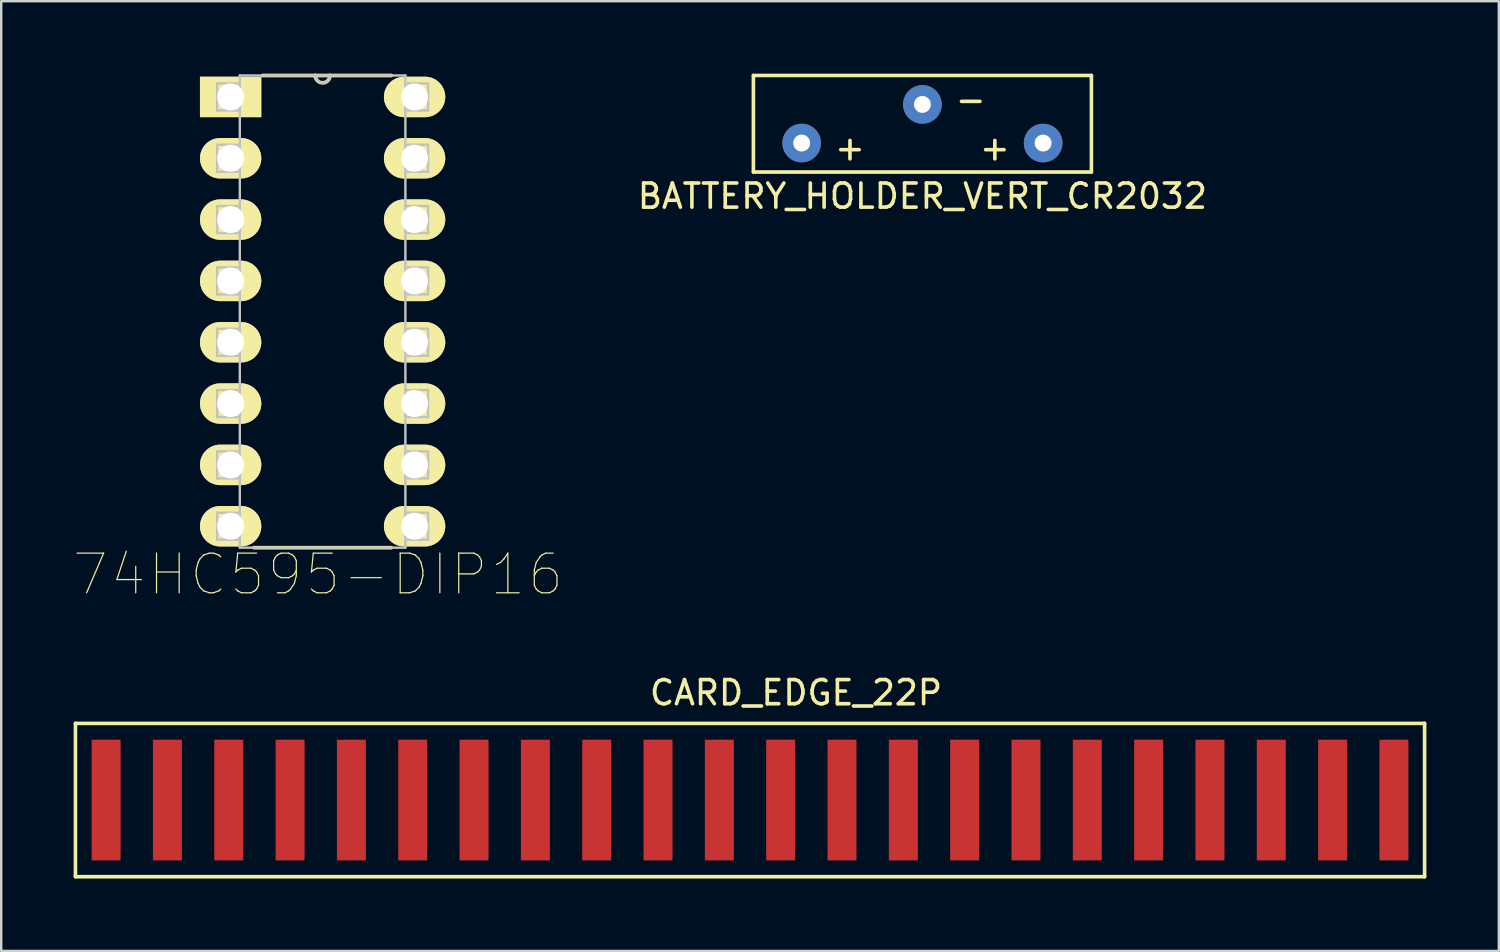
<source format=kicad_pcb>
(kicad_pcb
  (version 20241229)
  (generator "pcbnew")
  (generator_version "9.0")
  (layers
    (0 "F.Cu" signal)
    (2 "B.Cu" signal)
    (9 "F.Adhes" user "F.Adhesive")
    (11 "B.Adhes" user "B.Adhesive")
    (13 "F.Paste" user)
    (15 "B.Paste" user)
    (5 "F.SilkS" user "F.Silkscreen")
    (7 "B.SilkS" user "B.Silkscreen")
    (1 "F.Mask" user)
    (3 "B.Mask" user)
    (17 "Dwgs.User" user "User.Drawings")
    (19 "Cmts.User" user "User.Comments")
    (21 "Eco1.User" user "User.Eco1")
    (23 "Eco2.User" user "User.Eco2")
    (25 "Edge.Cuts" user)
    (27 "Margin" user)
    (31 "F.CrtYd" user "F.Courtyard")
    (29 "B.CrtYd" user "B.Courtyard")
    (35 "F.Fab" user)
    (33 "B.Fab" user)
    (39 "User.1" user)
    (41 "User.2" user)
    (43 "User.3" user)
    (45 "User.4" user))
  (footprint "CARD_EDGE_22P"
    (layer "F.Cu")
    (at 26.745 30.087)
    (property "Reference" "CARD_EDGE_22P" (at 3.175 -4.445 0) (layer "F.SilkS") (effects (font (size 1 1) (thickness 0.15))))
    (attr through_hole)
    (fp_line (start -26.67 -3.175) (end -26.67 3.175) (stroke (width 0.15) (type solid)) (layer "F.SilkS"))
    (fp_line (start -26.67 3.175) (end 29.21 3.175) (stroke (width 0.15) (type solid)) (layer "F.SilkS"))
    (fp_line (start 29.21 -3.175) (end -26.67 -3.175) (stroke (width 0.15) (type solid)) (layer "F.SilkS"))
    (fp_line (start 29.21 3.175) (end 29.21 -3.175) (stroke (width 0.15) (type solid)) (layer "F.SilkS"))
    (pad "1" smd rect (at -25.4 0) (size 1.2 5) (layers "F.Cu" "F.Mask" "F.Paste"))
    (pad "2" smd rect (at -22.86 0) (size 1.2 5) (layers "F.Cu" "F.Mask" "F.Paste"))
    (pad "3" smd rect (at -20.32 0) (size 1.2 5) (layers "F.Cu" "F.Mask" "F.Paste"))
    (pad "4" smd rect (at -17.78 0) (size 1.2 5) (layers "F.Cu" "F.Mask" "F.Paste"))
    (pad "5" smd rect (at -15.24 0) (size 1.2 5) (layers "F.Cu" "F.Mask" "F.Paste"))
    (pad "6" smd rect (at -12.7 0) (size 1.2 5) (layers "F.Cu" "F.Mask" "F.Paste"))
    (pad "7" smd rect (at -10.16 0) (size 1.2 5) (layers "F.Cu" "F.Mask" "F.Paste"))
    (pad "8" smd rect (at -7.62 0) (size 1.2 5) (layers "F.Cu" "F.Mask" "F.Paste"))
    (pad "9" smd rect (at -5.08 0) (size 1.2 5) (layers "F.Cu" "F.Mask" "F.Paste"))
    (pad "10" smd rect (at -2.54 0) (size 1.2 5) (layers "F.Cu" "F.Mask" "F.Paste"))
    (pad "11" smd rect (at 0 0) (size 1.2 5) (layers "F.Cu" "F.Mask" "F.Paste"))
    (pad "12" smd rect (at 2.54 0) (size 1.2 5) (layers "F.Cu" "F.Mask" "F.Paste"))
    (pad "13" smd rect (at 5.08 0) (size 1.2 5) (layers "F.Cu" "F.Mask" "F.Paste"))
    (pad "14" smd rect (at 7.62 0) (size 1.2 5) (layers "F.Cu" "F.Mask" "F.Paste"))
    (pad "15" smd rect (at 10.16 0) (size 1.2 5) (layers "F.Cu" "F.Mask" "F.Paste"))
    (pad "16" smd rect (at 12.7 0) (size 1.2 5) (layers "F.Cu" "F.Mask" "F.Paste"))
    (pad "17" smd rect (at 15.24 0) (size 1.2 5) (layers "F.Cu" "F.Mask" "F.Paste"))
    (pad "18" smd rect (at 17.78 0) (size 1.2 5) (layers "F.Cu" "F.Mask" "F.Paste"))
    (pad "19" smd rect (at 20.32 0) (size 1.2 5) (layers "F.Cu" "F.Mask" "F.Paste"))
    (pad "20" smd rect (at 22.86 0) (size 1.2 5) (layers "F.Cu" "F.Mask" "F.Paste"))
    (pad "21" smd rect (at 25.4 0) (size 1.2 5) (layers "F.Cu" "F.Mask" "F.Paste"))
    (pad "22" smd rect (at 27.94 0) (size 1.2 5) (layers "F.Cu" "F.Mask" "F.Paste")))
  (footprint "74HC595-DIP16"
    (layer "F.Cu")
    (at 14.122 18.745)
    (property "Reference" "74HC595-DIP16" (at -4 2 0) (layer "F.SilkS") (effects (font (size 1.643 1.643) (thickness 0.05))))
    (attr through_hole)
    (fp_line (start -6.655 0.889) (end -0.965 0.889) (stroke (width 0.152) (type solid)) (layer "F.SilkS"))
    (fp_line (start -4.115 -18.669) (end -6.299 -18.669) (stroke (width 0.152) (type solid)) (layer "F.SilkS"))
    (fp_line (start -3.505 -18.669) (end -4.115 -18.669) (stroke (width 0.152) (type solid)) (layer "F.SilkS"))
    (fp_line (start -0.965 -18.669) (end -3.505 -18.669) (stroke (width 0.152) (type solid)) (layer "F.SilkS"))
    (fp_arc (start -3.5052 -18.669) (mid -3.81 -18.3642) (end -4.1148 -18.669) (stroke (width 0.1524) (type solid)) (layer "F.SilkS"))
    (fp_line (start -8.179 -18.339) (end -8.179 -17.221) (stroke (width 0.1) (type solid)) (layer "Dwgs.User"))
    (fp_line (start -8.179 -17.221) (end -7.239 -17.221) (stroke (width 0.1) (type solid)) (layer "Dwgs.User"))
    (fp_line (start -8.179 -15.799) (end -8.179 -14.681) (stroke (width 0.1) (type solid)) (layer "Dwgs.User"))
    (fp_line (start -8.179 -14.681) (end -7.239 -14.681) (stroke (width 0.1) (type solid)) (layer "Dwgs.User"))
    (fp_line (start -8.179 -13.259) (end -8.179 -12.141) (stroke (width 0.1) (type solid)) (layer "Dwgs.User"))
    (fp_line (start -8.179 -12.141) (end -7.239 -12.141) (stroke (width 0.1) (type solid)) (layer "Dwgs.User"))
    (fp_line (start -8.179 -10.719) (end -8.179 -9.601) (stroke (width 0.1) (type solid)) (layer "Dwgs.User"))
    (fp_line (start -8.179 -9.601) (end -7.239 -9.601) (stroke (width 0.1) (type solid)) (layer "Dwgs.User"))
    (fp_line (start -8.179 -8.179) (end -8.179 -7.061) (stroke (width 0.1) (type solid)) (layer "Dwgs.User"))
    (fp_line (start -8.179 -7.061) (end -7.239 -7.061) (stroke (width 0.1) (type solid)) (layer "Dwgs.User"))
    (fp_line (start -8.179 -5.639) (end -8.179 -4.521) (stroke (width 0.1) (type solid)) (layer "Dwgs.User"))
    (fp_line (start -8.179 -4.521) (end -7.239 -4.521) (stroke (width 0.1) (type solid)) (layer "Dwgs.User"))
    (fp_line (start -8.179 -3.099) (end -8.179 -1.981) (stroke (width 0.1) (type solid)) (layer "Dwgs.User"))
    (fp_line (start -8.179 -1.981) (end -7.239 -1.981) (stroke (width 0.1) (type solid)) (layer "Dwgs.User"))
    (fp_line (start -8.179 -0.559) (end -8.179 0.559) (stroke (width 0.1) (type solid)) (layer "Dwgs.User"))
    (fp_line (start -8.179 0.559) (end -7.239 0.559) (stroke (width 0.1) (type solid)) (layer "Dwgs.User"))
    (fp_line (start -7.239 -18.669) (end -7.239 0.889) (stroke (width 0.1) (type solid)) (layer "Dwgs.User"))
    (fp_line (start -7.239 -18.339) (end -8.179 -18.339) (stroke (width 0.1) (type solid)) (layer "Dwgs.User"))
    (fp_line (start -7.239 -17.221) (end -7.239 -18.339) (stroke (width 0.1) (type solid)) (layer "Dwgs.User"))
    (fp_line (start -7.239 -15.799) (end -8.179 -15.799) (stroke (width 0.1) (type solid)) (layer "Dwgs.User"))
    (fp_line (start -7.239 -14.681) (end -7.239 -15.799) (stroke (width 0.1) (type solid)) (layer "Dwgs.User"))
    (fp_line (start -7.239 -13.259) (end -8.179 -13.259) (stroke (width 0.1) (type solid)) (layer "Dwgs.User"))
    (fp_line (start -7.239 -12.141) (end -7.239 -13.259) (stroke (width 0.1) (type solid)) (layer "Dwgs.User"))
    (fp_line (start -7.239 -10.719) (end -8.179 -10.719) (stroke (width 0.1) (type solid)) (layer "Dwgs.User"))
    (fp_line (start -7.239 -9.601) (end -7.239 -10.719) (stroke (width 0.1) (type solid)) (layer "Dwgs.User"))
    (fp_line (start -7.239 -8.179) (end -8.179 -8.179) (stroke (width 0.1) (type solid)) (layer "Dwgs.User"))
    (fp_line (start -7.239 -7.061) (end -7.239 -8.179) (stroke (width 0.1) (type solid)) (layer "Dwgs.User"))
    (fp_line (start -7.239 -5.639) (end -8.179 -5.639) (stroke (width 0.1) (type solid)) (layer "Dwgs.User"))
    (fp_line (start -7.239 -4.521) (end -7.239 -5.639) (stroke (width 0.1) (type solid)) (layer "Dwgs.User"))
    (fp_line (start -7.239 -3.099) (end -8.179 -3.099) (stroke (width 0.1) (type solid)) (layer "Dwgs.User"))
    (fp_line (start -7.239 -1.981) (end -7.239 -3.099) (stroke (width 0.1) (type solid)) (layer "Dwgs.User"))
    (fp_line (start -7.239 -0.559) (end -8.179 -0.559) (stroke (width 0.1) (type solid)) (layer "Dwgs.User"))
    (fp_line (start -7.239 0.559) (end -7.239 -0.559) (stroke (width 0.1) (type solid)) (layer "Dwgs.User"))
    (fp_line (start -7.239 0.889) (end -0.381 0.889) (stroke (width 0.1) (type solid)) (layer "Dwgs.User"))
    (fp_line (start -4.115 -18.669) (end -7.239 -18.669) (stroke (width 0.1) (type solid)) (layer "Dwgs.User"))
    (fp_line (start -3.505 -18.669) (end -4.115 -18.669) (stroke (width 0.1) (type solid)) (layer "Dwgs.User"))
    (fp_line (start -0.381 -18.669) (end -3.505 -18.669) (stroke (width 0.1) (type solid)) (layer "Dwgs.User"))
    (fp_line (start -0.381 -18.339) (end -0.381 -17.221) (stroke (width 0.1) (type solid)) (layer "Dwgs.User"))
    (fp_line (start -0.381 -17.221) (end 0.559 -17.221) (stroke (width 0.1) (type solid)) (layer "Dwgs.User"))
    (fp_line (start -0.381 -15.799) (end -0.381 -14.681) (stroke (width 0.1) (type solid)) (layer "Dwgs.User"))
    (fp_line (start -0.381 -14.681) (end 0.559 -14.681) (stroke (width 0.1) (type solid)) (layer "Dwgs.User"))
    (fp_line (start -0.381 -13.259) (end -0.381 -12.141) (stroke (width 0.1) (type solid)) (layer "Dwgs.User"))
    (fp_line (start -0.381 -12.141) (end 0.559 -12.141) (stroke (width 0.1) (type solid)) (layer "Dwgs.User"))
    (fp_line (start -0.381 -10.719) (end -0.381 -9.601) (stroke (width 0.1) (type solid)) (layer "Dwgs.User"))
    (fp_line (start -0.381 -9.601) (end 0.559 -9.601) (stroke (width 0.1) (type solid)) (layer "Dwgs.User"))
    (fp_line (start -0.381 -8.179) (end -0.381 -7.061) (stroke (width 0.1) (type solid)) (layer "Dwgs.User"))
    (fp_line (start -0.381 -7.061) (end 0.559 -7.061) (stroke (width 0.1) (type solid)) (layer "Dwgs.User"))
    (fp_line (start -0.381 -5.639) (end -0.381 -4.521) (stroke (width 0.1) (type solid)) (layer "Dwgs.User"))
    (fp_line (start -0.381 -4.521) (end 0.559 -4.521) (stroke (width 0.1) (type solid)) (layer "Dwgs.User"))
    (fp_line (start -0.381 -3.099) (end -0.381 -1.981) (stroke (width 0.1) (type solid)) (layer "Dwgs.User"))
    (fp_line (start -0.381 -1.981) (end 0.559 -1.981) (stroke (width 0.1) (type solid)) (layer "Dwgs.User"))
    (fp_line (start -0.381 -0.559) (end -0.381 0.559) (stroke (width 0.1) (type solid)) (layer "Dwgs.User"))
    (fp_line (start -0.381 0.559) (end 0.559 0.559) (stroke (width 0.1) (type solid)) (layer "Dwgs.User"))
    (fp_line (start -0.381 0.889) (end -0.381 -18.669) (stroke (width 0.1) (type solid)) (layer "Dwgs.User"))
    (fp_line (start 0.559 -18.339) (end -0.381 -18.339) (stroke (width 0.1) (type solid)) (layer "Dwgs.User"))
    (fp_line (start 0.559 -17.221) (end 0.559 -18.339) (stroke (width 0.1) (type solid)) (layer "Dwgs.User"))
    (fp_line (start 0.559 -15.799) (end -0.381 -15.799) (stroke (width 0.1) (type solid)) (layer "Dwgs.User"))
    (fp_line (start 0.559 -14.681) (end 0.559 -15.799) (stroke (width 0.1) (type solid)) (layer "Dwgs.User"))
    (fp_line (start 0.559 -13.259) (end -0.381 -13.259) (stroke (width 0.1) (type solid)) (layer "Dwgs.User"))
    (fp_line (start 0.559 -12.141) (end 0.559 -13.259) (stroke (width 0.1) (type solid)) (layer "Dwgs.User"))
    (fp_line (start 0.559 -10.719) (end -0.381 -10.719) (stroke (width 0.1) (type solid)) (layer "Dwgs.User"))
    (fp_line (start 0.559 -9.601) (end 0.559 -10.719) (stroke (width 0.1) (type solid)) (layer "Dwgs.User"))
    (fp_line (start 0.559 -8.179) (end -0.381 -8.179) (stroke (width 0.1) (type solid)) (layer "Dwgs.User"))
    (fp_line (start 0.559 -7.061) (end 0.559 -8.179) (stroke (width 0.1) (type solid)) (layer "Dwgs.User"))
    (fp_line (start 0.559 -5.639) (end -0.381 -5.639) (stroke (width 0.1) (type solid)) (layer "Dwgs.User"))
    (fp_line (start 0.559 -4.521) (end 0.559 -5.639) (stroke (width 0.1) (type solid)) (layer "Dwgs.User"))
    (fp_line (start 0.559 -3.099) (end -0.381 -3.099) (stroke (width 0.1) (type solid)) (layer "Dwgs.User"))
    (fp_line (start 0.559 -1.981) (end 0.559 -3.099) (stroke (width 0.1) (type solid)) (layer "Dwgs.User"))
    (fp_line (start 0.559 -0.559) (end -0.381 -0.559) (stroke (width 0.1) (type solid)) (layer "Dwgs.User"))
    (fp_line (start 0.559 0.559) (end 0.559 -0.559) (stroke (width 0.1) (type solid)) (layer "Dwgs.User"))
    (fp_arc (start -3.5052 -18.669) (mid -3.81 -18.3642) (end -4.1148 -18.669) (stroke (width 0.1) (type solid)) (layer "Dwgs.User"))
    (pad "1" thru_hole rect (at -7.62 -17.78) (size 2.54 1.676) (drill 1.118) (layers "*.Cu" "*.Mask" "F.SilkS"))
    (pad "2" thru_hole oval (at -7.62 -15.24) (size 2.54 1.676) (drill 1.118) (layers "*.Cu" "*.Mask" "F.SilkS"))
    (pad "3" thru_hole oval (at -7.62 -12.7) (size 2.54 1.676) (drill 1.118) (layers "*.Cu" "*.Mask" "F.SilkS"))
    (pad "4" thru_hole oval (at -7.62 -10.16) (size 2.54 1.676) (drill 1.118) (layers "*.Cu" "*.Mask" "F.SilkS"))
    (pad "5" thru_hole oval (at -7.62 -7.62) (size 2.54 1.676) (drill 1.118) (layers "*.Cu" "*.Mask" "F.SilkS"))
    (pad "6" thru_hole oval (at -7.62 -5.08) (size 2.54 1.676) (drill 1.118) (layers "*.Cu" "*.Mask" "F.SilkS"))
    (pad "7" thru_hole oval (at -7.62 -2.54) (size 2.54 1.676) (drill 1.118) (layers "*.Cu" "*.Mask" "F.SilkS"))
    (pad "8" thru_hole oval (at -7.62 0) (size 2.54 1.676) (drill 1.118) (layers "*.Cu" "*.Mask" "F.SilkS"))
    (pad "9" thru_hole oval (at 0 0) (size 2.54 1.676) (drill 1.118) (layers "*.Cu" "*.Mask" "F.SilkS"))
    (pad "10" thru_hole oval (at 0 -2.54) (size 2.54 1.676) (drill 1.118) (layers "*.Cu" "*.Mask" "F.SilkS"))
    (pad "11" thru_hole oval (at 0 -5.08) (size 2.54 1.676) (drill 1.118) (layers "*.Cu" "*.Mask" "F.SilkS"))
    (pad "12" thru_hole oval (at 0 -7.62) (size 2.54 1.676) (drill 1.118) (layers "*.Cu" "*.Mask" "F.SilkS"))
    (pad "13" thru_hole oval (at 0 -10.16) (size 2.54 1.676) (drill 1.118) (layers "*.Cu" "*.Mask" "F.SilkS"))
    (pad "14" thru_hole oval (at 0 -12.7) (size 2.54 1.676) (drill 1.118) (layers "*.Cu" "*.Mask" "F.SilkS"))
    (pad "15" thru_hole oval (at 0 -15.24) (size 2.54 1.676) (drill 1.118) (layers "*.Cu" "*.Mask" "F.SilkS"))
    (pad "16" thru_hole oval (at 0 -17.78) (size 2.54 1.676) (drill 1.118) (layers "*.Cu" "*.Mask" "F.SilkS")))
  (footprint "BATTERY_HOLDER_VERT_CR2032"
    (layer "F.Cu")
    (at 35.155 2.075)
    (property "Reference" "BATTERY_HOLDER_VERT_CR2032" (at 0 3 0) (layer "F.SilkS") (effects (font (size 1 1) (thickness 0.15))))
    (attr through_hole)
    (fp_line (start -7 -2) (end -7 2) (stroke (width 0.15) (type solid)) (layer "F.SilkS"))
    (fp_line (start -7 2) (end 7 2) (stroke (width 0.15) (type solid)) (layer "F.SilkS"))
    (fp_line (start 7 -2) (end -7 -2) (stroke (width 0.15) (type solid)) (layer "F.SilkS"))
    (fp_line (start 7 2) (end 7 -2) (stroke (width 0.15) (type solid)) (layer "F.SilkS"))
    (fp_text user "+" (at -3 1 0) (layer "F.SilkS") (effects (font (size 1 1) (thickness 0.15))))
    (fp_text user "+" (at 3 1 0) (layer "F.SilkS") (effects (font (size 1 1) (thickness 0.15))))
    (fp_text user "-" (at 2 -1 0) (layer "F.SilkS") (effects (font (size 1 1) (thickness 0.15))))
    (pad "1" thru_hole circle (at -5 0.8) (size 1.6 1.6) (drill 0.7) (layers "*.Cu" "*.Mask"))
    (pad "2" thru_hole circle (at 0 -0.8) (size 1.6 1.6) (drill 0.7) (layers "*.Cu" "*.Mask"))
    (pad "3" thru_hole circle (at 5 0.8) (size 1.6 1.6) (drill 0.7) (layers "*.Cu" "*.Mask")))
  (gr_rect
    (start -3 -3)
    (end 59.03 36.337)
    (stroke (width 0.1) (type default))
    (fill no)
    (layer "Edge.Cuts")))
</source>
